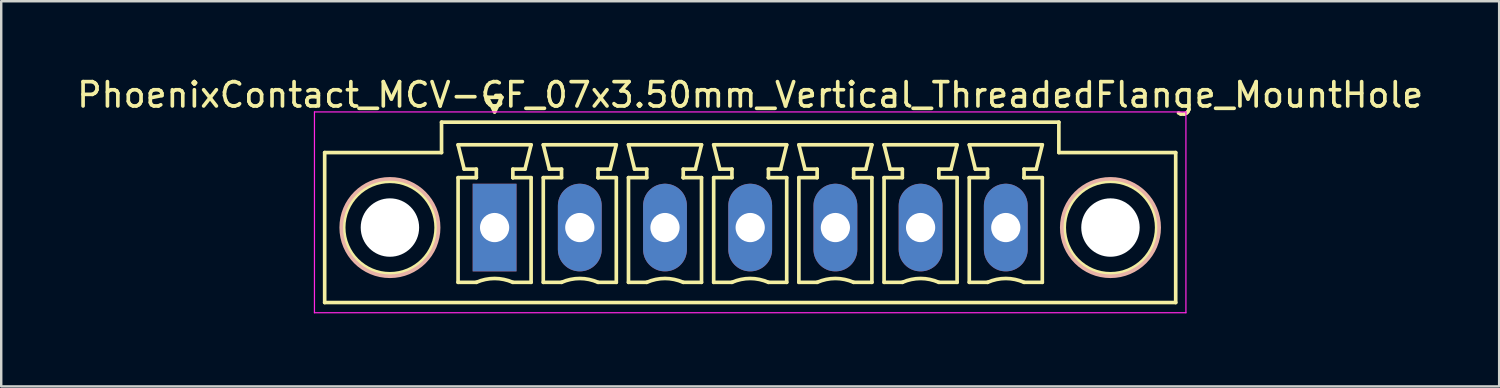
<source format=kicad_pcb>
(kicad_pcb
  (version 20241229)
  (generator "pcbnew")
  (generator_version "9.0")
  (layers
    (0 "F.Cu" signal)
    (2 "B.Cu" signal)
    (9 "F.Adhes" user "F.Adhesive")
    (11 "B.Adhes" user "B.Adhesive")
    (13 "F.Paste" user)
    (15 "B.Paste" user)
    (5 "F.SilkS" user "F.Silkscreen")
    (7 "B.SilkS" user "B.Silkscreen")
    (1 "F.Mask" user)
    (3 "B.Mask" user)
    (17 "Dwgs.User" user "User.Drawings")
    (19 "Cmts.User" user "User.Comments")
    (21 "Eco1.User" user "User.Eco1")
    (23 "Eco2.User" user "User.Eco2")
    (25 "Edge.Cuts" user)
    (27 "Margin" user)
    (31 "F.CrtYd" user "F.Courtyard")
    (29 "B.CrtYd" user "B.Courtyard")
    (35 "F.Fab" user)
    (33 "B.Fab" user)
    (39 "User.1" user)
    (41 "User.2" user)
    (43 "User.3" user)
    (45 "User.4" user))
  (footprint "PhoenixContact_MCV-GF_07x3.50mm_Vertical_ThreadedFlange_MountHole"
    (layer "F.Cu")
    (at 17.268 6.298)
    (property "Reference" "PhoenixContact_MCV-GF_07x3.50mm_Vertical_ThreadedFlange_MountHole" (at 10.5 -5.45 0) (layer "F.SilkS") (effects (font (size 1 1) (thickness 0.15))))
    (attr through_hole)
    (fp_line (start -6.98 -3.08) (end -6.98 3.08) (stroke (width 0.15) (type solid)) (layer "F.SilkS"))
    (fp_line (start -6.98 3.08) (end 27.98 3.08) (stroke (width 0.15) (type solid)) (layer "F.SilkS"))
    (fp_line (start -2.18 -4.33) (end -2.18 -3.08) (stroke (width 0.15) (type solid)) (layer "F.SilkS"))
    (fp_line (start -2.18 -3.08) (end -6.98 -3.08) (stroke (width 0.15) (type solid)) (layer "F.SilkS"))
    (fp_line (start -1.5 -3.4) (end 1.5 -3.4) (stroke (width 0.15) (type solid)) (layer "F.SilkS"))
    (fp_line (start -1.5 -2.05) (end -0.75 -2.05) (stroke (width 0.15) (type solid)) (layer "F.SilkS"))
    (fp_line (start -1.5 2.25) (end -1.5 -2.05) (stroke (width 0.15) (type solid)) (layer "F.SilkS"))
    (fp_line (start -1.25 -2.4) (end -1.5 -3.4) (stroke (width 0.15) (type solid)) (layer "F.SilkS"))
    (fp_line (start -0.75 -2.4) (end -1.25 -2.4) (stroke (width 0.15) (type solid)) (layer "F.SilkS"))
    (fp_line (start -0.75 -2.05) (end -0.75 -2.4) (stroke (width 0.15) (type solid)) (layer "F.SilkS"))
    (fp_line (start -0.75 2.25) (end -1.5 2.25) (stroke (width 0.15) (type solid)) (layer "F.SilkS"))
    (fp_line (start -0.3 -5.35) (end 0 -4.75) (stroke (width 0.15) (type solid)) (layer "F.SilkS"))
    (fp_line (start 0 -4.75) (end 0.3 -5.35) (stroke (width 0.15) (type solid)) (layer "F.SilkS"))
    (fp_line (start 0.3 -5.35) (end -0.3 -5.35) (stroke (width 0.15) (type solid)) (layer "F.SilkS"))
    (fp_line (start 0.75 -2.4) (end 0.75 -2.05) (stroke (width 0.15) (type solid)) (layer "F.SilkS"))
    (fp_line (start 0.75 -2.05) (end 0.75 -2.05) (stroke (width 0.15) (type solid)) (layer "F.SilkS"))
    (fp_line (start 0.75 -2.05) (end 1.5 -2.05) (stroke (width 0.15) (type solid)) (layer "F.SilkS"))
    (fp_line (start 1.25 -2.4) (end 0.75 -2.4) (stroke (width 0.15) (type solid)) (layer "F.SilkS"))
    (fp_line (start 1.5 -3.4) (end 1.25 -2.4) (stroke (width 0.15) (type solid)) (layer "F.SilkS"))
    (fp_line (start 1.5 -2.05) (end 1.5 2.25) (stroke (width 0.15) (type solid)) (layer "F.SilkS"))
    (fp_line (start 1.5 2.25) (end 0.75 2.25) (stroke (width 0.15) (type solid)) (layer "F.SilkS"))
    (fp_line (start 2 -3.4) (end 5 -3.4) (stroke (width 0.15) (type solid)) (layer "F.SilkS"))
    (fp_line (start 2 -2.05) (end 2.75 -2.05) (stroke (width 0.15) (type solid)) (layer "F.SilkS"))
    (fp_line (start 2 2.25) (end 2 -2.05) (stroke (width 0.15) (type solid)) (layer "F.SilkS"))
    (fp_line (start 2.25 -2.4) (end 2 -3.4) (stroke (width 0.15) (type solid)) (layer "F.SilkS"))
    (fp_line (start 2.75 -2.4) (end 2.25 -2.4) (stroke (width 0.15) (type solid)) (layer "F.SilkS"))
    (fp_line (start 2.75 -2.05) (end 2.75 -2.4) (stroke (width 0.15) (type solid)) (layer "F.SilkS"))
    (fp_line (start 2.75 2.25) (end 2 2.25) (stroke (width 0.15) (type solid)) (layer "F.SilkS"))
    (fp_line (start 4.25 -2.4) (end 4.25 -2.05) (stroke (width 0.15) (type solid)) (layer "F.SilkS"))
    (fp_line (start 4.25 -2.05) (end 4.25 -2.05) (stroke (width 0.15) (type solid)) (layer "F.SilkS"))
    (fp_line (start 4.25 -2.05) (end 5 -2.05) (stroke (width 0.15) (type solid)) (layer "F.SilkS"))
    (fp_line (start 4.75 -2.4) (end 4.25 -2.4) (stroke (width 0.15) (type solid)) (layer "F.SilkS"))
    (fp_line (start 5 -3.4) (end 4.75 -2.4) (stroke (width 0.15) (type solid)) (layer "F.SilkS"))
    (fp_line (start 5 -2.05) (end 5 2.25) (stroke (width 0.15) (type solid)) (layer "F.SilkS"))
    (fp_line (start 5 2.25) (end 4.25 2.25) (stroke (width 0.15) (type solid)) (layer "F.SilkS"))
    (fp_line (start 5.5 -3.4) (end 8.5 -3.4) (stroke (width 0.15) (type solid)) (layer "F.SilkS"))
    (fp_line (start 5.5 -2.05) (end 6.25 -2.05) (stroke (width 0.15) (type solid)) (layer "F.SilkS"))
    (fp_line (start 5.5 2.25) (end 5.5 -2.05) (stroke (width 0.15) (type solid)) (layer "F.SilkS"))
    (fp_line (start 5.75 -2.4) (end 5.5 -3.4) (stroke (width 0.15) (type solid)) (layer "F.SilkS"))
    (fp_line (start 6.25 -2.4) (end 5.75 -2.4) (stroke (width 0.15) (type solid)) (layer "F.SilkS"))
    (fp_line (start 6.25 -2.05) (end 6.25 -2.4) (stroke (width 0.15) (type solid)) (layer "F.SilkS"))
    (fp_line (start 6.25 2.25) (end 5.5 2.25) (stroke (width 0.15) (type solid)) (layer "F.SilkS"))
    (fp_line (start 7.75 -2.4) (end 7.75 -2.05) (stroke (width 0.15) (type solid)) (layer "F.SilkS"))
    (fp_line (start 7.75 -2.05) (end 7.75 -2.05) (stroke (width 0.15) (type solid)) (layer "F.SilkS"))
    (fp_line (start 7.75 -2.05) (end 8.5 -2.05) (stroke (width 0.15) (type solid)) (layer "F.SilkS"))
    (fp_line (start 8.25 -2.4) (end 7.75 -2.4) (stroke (width 0.15) (type solid)) (layer "F.SilkS"))
    (fp_line (start 8.5 -3.4) (end 8.25 -2.4) (stroke (width 0.15) (type solid)) (layer "F.SilkS"))
    (fp_line (start 8.5 -2.05) (end 8.5 2.25) (stroke (width 0.15) (type solid)) (layer "F.SilkS"))
    (fp_line (start 8.5 2.25) (end 7.75 2.25) (stroke (width 0.15) (type solid)) (layer "F.SilkS"))
    (fp_line (start 9 -3.4) (end 12 -3.4) (stroke (width 0.15) (type solid)) (layer "F.SilkS"))
    (fp_line (start 9 -2.05) (end 9.75 -2.05) (stroke (width 0.15) (type solid)) (layer "F.SilkS"))
    (fp_line (start 9 2.25) (end 9 -2.05) (stroke (width 0.15) (type solid)) (layer "F.SilkS"))
    (fp_line (start 9.25 -2.4) (end 9 -3.4) (stroke (width 0.15) (type solid)) (layer "F.SilkS"))
    (fp_line (start 9.75 -2.4) (end 9.25 -2.4) (stroke (width 0.15) (type solid)) (layer "F.SilkS"))
    (fp_line (start 9.75 -2.05) (end 9.75 -2.4) (stroke (width 0.15) (type solid)) (layer "F.SilkS"))
    (fp_line (start 9.75 2.25) (end 9 2.25) (stroke (width 0.15) (type solid)) (layer "F.SilkS"))
    (fp_line (start 11.25 -2.4) (end 11.25 -2.05) (stroke (width 0.15) (type solid)) (layer "F.SilkS"))
    (fp_line (start 11.25 -2.05) (end 11.25 -2.05) (stroke (width 0.15) (type solid)) (layer "F.SilkS"))
    (fp_line (start 11.25 -2.05) (end 12 -2.05) (stroke (width 0.15) (type solid)) (layer "F.SilkS"))
    (fp_line (start 11.75 -2.4) (end 11.25 -2.4) (stroke (width 0.15) (type solid)) (layer "F.SilkS"))
    (fp_line (start 12 -3.4) (end 11.75 -2.4) (stroke (width 0.15) (type solid)) (layer "F.SilkS"))
    (fp_line (start 12 -2.05) (end 12 2.25) (stroke (width 0.15) (type solid)) (layer "F.SilkS"))
    (fp_line (start 12 2.25) (end 11.25 2.25) (stroke (width 0.15) (type solid)) (layer "F.SilkS"))
    (fp_line (start 12.5 -3.4) (end 15.5 -3.4) (stroke (width 0.15) (type solid)) (layer "F.SilkS"))
    (fp_line (start 12.5 -2.05) (end 13.25 -2.05) (stroke (width 0.15) (type solid)) (layer "F.SilkS"))
    (fp_line (start 12.5 2.25) (end 12.5 -2.05) (stroke (width 0.15) (type solid)) (layer "F.SilkS"))
    (fp_line (start 12.75 -2.4) (end 12.5 -3.4) (stroke (width 0.15) (type solid)) (layer "F.SilkS"))
    (fp_line (start 13.25 -2.4) (end 12.75 -2.4) (stroke (width 0.15) (type solid)) (layer "F.SilkS"))
    (fp_line (start 13.25 -2.05) (end 13.25 -2.4) (stroke (width 0.15) (type solid)) (layer "F.SilkS"))
    (fp_line (start 13.25 2.25) (end 12.5 2.25) (stroke (width 0.15) (type solid)) (layer "F.SilkS"))
    (fp_line (start 14.75 -2.4) (end 14.75 -2.05) (stroke (width 0.15) (type solid)) (layer "F.SilkS"))
    (fp_line (start 14.75 -2.05) (end 14.75 -2.05) (stroke (width 0.15) (type solid)) (layer "F.SilkS"))
    (fp_line (start 14.75 -2.05) (end 15.5 -2.05) (stroke (width 0.15) (type solid)) (layer "F.SilkS"))
    (fp_line (start 15.25 -2.4) (end 14.75 -2.4) (stroke (width 0.15) (type solid)) (layer "F.SilkS"))
    (fp_line (start 15.5 -3.4) (end 15.25 -2.4) (stroke (width 0.15) (type solid)) (layer "F.SilkS"))
    (fp_line (start 15.5 -2.05) (end 15.5 2.25) (stroke (width 0.15) (type solid)) (layer "F.SilkS"))
    (fp_line (start 15.5 2.25) (end 14.75 2.25) (stroke (width 0.15) (type solid)) (layer "F.SilkS"))
    (fp_line (start 16 -3.4) (end 19 -3.4) (stroke (width 0.15) (type solid)) (layer "F.SilkS"))
    (fp_line (start 16 -2.05) (end 16.75 -2.05) (stroke (width 0.15) (type solid)) (layer "F.SilkS"))
    (fp_line (start 16 2.25) (end 16 -2.05) (stroke (width 0.15) (type solid)) (layer "F.SilkS"))
    (fp_line (start 16.25 -2.4) (end 16 -3.4) (stroke (width 0.15) (type solid)) (layer "F.SilkS"))
    (fp_line (start 16.75 -2.4) (end 16.25 -2.4) (stroke (width 0.15) (type solid)) (layer "F.SilkS"))
    (fp_line (start 16.75 -2.05) (end 16.75 -2.4) (stroke (width 0.15) (type solid)) (layer "F.SilkS"))
    (fp_line (start 16.75 2.25) (end 16 2.25) (stroke (width 0.15) (type solid)) (layer "F.SilkS"))
    (fp_line (start 18.25 -2.4) (end 18.25 -2.05) (stroke (width 0.15) (type solid)) (layer "F.SilkS"))
    (fp_line (start 18.25 -2.05) (end 18.25 -2.05) (stroke (width 0.15) (type solid)) (layer "F.SilkS"))
    (fp_line (start 18.25 -2.05) (end 19 -2.05) (stroke (width 0.15) (type solid)) (layer "F.SilkS"))
    (fp_line (start 18.75 -2.4) (end 18.25 -2.4) (stroke (width 0.15) (type solid)) (layer "F.SilkS"))
    (fp_line (start 19 -3.4) (end 18.75 -2.4) (stroke (width 0.15) (type solid)) (layer "F.SilkS"))
    (fp_line (start 19 -2.05) (end 19 2.25) (stroke (width 0.15) (type solid)) (layer "F.SilkS"))
    (fp_line (start 19 2.25) (end 18.25 2.25) (stroke (width 0.15) (type solid)) (layer "F.SilkS"))
    (fp_line (start 19.5 -3.4) (end 22.5 -3.4) (stroke (width 0.15) (type solid)) (layer "F.SilkS"))
    (fp_line (start 19.5 -2.05) (end 20.25 -2.05) (stroke (width 0.15) (type solid)) (layer "F.SilkS"))
    (fp_line (start 19.5 2.25) (end 19.5 -2.05) (stroke (width 0.15) (type solid)) (layer "F.SilkS"))
    (fp_line (start 19.75 -2.4) (end 19.5 -3.4) (stroke (width 0.15) (type solid)) (layer "F.SilkS"))
    (fp_line (start 20.25 -2.4) (end 19.75 -2.4) (stroke (width 0.15) (type solid)) (layer "F.SilkS"))
    (fp_line (start 20.25 -2.05) (end 20.25 -2.4) (stroke (width 0.15) (type solid)) (layer "F.SilkS"))
    (fp_line (start 20.25 2.25) (end 19.5 2.25) (stroke (width 0.15) (type solid)) (layer "F.SilkS"))
    (fp_line (start 21.75 -2.4) (end 21.75 -2.05) (stroke (width 0.15) (type solid)) (layer "F.SilkS"))
    (fp_line (start 21.75 -2.05) (end 21.75 -2.05) (stroke (width 0.15) (type solid)) (layer "F.SilkS"))
    (fp_line (start 21.75 -2.05) (end 22.5 -2.05) (stroke (width 0.15) (type solid)) (layer "F.SilkS"))
    (fp_line (start 22.25 -2.4) (end 21.75 -2.4) (stroke (width 0.15) (type solid)) (layer "F.SilkS"))
    (fp_line (start 22.5 -3.4) (end 22.25 -2.4) (stroke (width 0.15) (type solid)) (layer "F.SilkS"))
    (fp_line (start 22.5 -2.05) (end 22.5 2.25) (stroke (width 0.15) (type solid)) (layer "F.SilkS"))
    (fp_line (start 22.5 2.25) (end 21.75 2.25) (stroke (width 0.15) (type solid)) (layer "F.SilkS"))
    (fp_line (start 23.18 -4.33) (end -2.18 -4.33) (stroke (width 0.15) (type solid)) (layer "F.SilkS"))
    (fp_line (start 23.18 -3.08) (end 23.18 -4.33) (stroke (width 0.15) (type solid)) (layer "F.SilkS"))
    (fp_line (start 27.98 -3.08) (end 23.18 -3.08) (stroke (width 0.15) (type solid)) (layer "F.SilkS"))
    (fp_line (start 27.98 3.08) (end 27.98 -3.08) (stroke (width 0.15) (type solid)) (layer "F.SilkS"))
    (fp_arc (start -0.75 2.25) (mid -0.000193 2.09191) (end 0.749647 2.249844) (stroke (width 0.15) (type solid)) (layer "F.SilkS"))
    (fp_arc (start 2.75 2.25) (mid 3.499807 2.09191) (end 4.249647 2.249844) (stroke (width 0.15) (type solid)) (layer "F.SilkS"))
    (fp_arc (start 6.25 2.25) (mid 6.999807 2.09191) (end 7.749647 2.249844) (stroke (width 0.15) (type solid)) (layer "F.SilkS"))
    (fp_arc (start 9.75 2.25) (mid 10.499807 2.09191) (end 11.249647 2.249844) (stroke (width 0.15) (type solid)) (layer "F.SilkS"))
    (fp_arc (start 13.25 2.25) (mid 13.999807 2.09191) (end 14.749647 2.249844) (stroke (width 0.15) (type solid)) (layer "F.SilkS"))
    (fp_arc (start 16.75 2.25) (mid 17.499807 2.09191) (end 18.249647 2.249844) (stroke (width 0.15) (type solid)) (layer "F.SilkS"))
    (fp_arc (start 20.25 2.25) (mid 20.999807 2.09191) (end 21.749647 2.249844) (stroke (width 0.15) (type solid)) (layer "F.SilkS"))
    (fp_circle (center -4.3 0) (end -2.4 0) (stroke (width 0.15) (type solid)) (fill no) (layer "F.SilkS"))
    (fp_circle (center 25.3 0) (end 27.2 0) (stroke (width 0.15) (type solid)) (fill no) (layer "F.SilkS"))
    (fp_circle (center -4.3 0) (end -2.3 0) (stroke (width 0.15) (type solid)) (fill no) (layer "B.SilkS"))
    (fp_circle (center 25.3 0) (end 27.3 0) (stroke (width 0.15) (type solid)) (fill no) (layer "B.SilkS"))
    (fp_line (start -7.4 -4.75) (end -7.4 3.5) (stroke (width 0.05) (type solid)) (layer "F.CrtYd"))
    (fp_line (start -7.4 3.5) (end 28.4 3.5) (stroke (width 0.05) (type solid)) (layer "F.CrtYd"))
    (fp_line (start 28.4 -4.75) (end -7.4 -4.75) (stroke (width 0.05) (type solid)) (layer "F.CrtYd"))
    (fp_line (start 28.4 3.5) (end 28.4 -4.75) (stroke (width 0.05) (type solid)) (layer "F.CrtYd"))
    (pad "" np_thru_hole circle (at -4.3 0) (size 2.4 2.4) (drill 2.4) (layers "*.Cu" "*.Mask"))
    (pad "" np_thru_hole circle (at 25.3 0) (size 2.4 2.4) (drill 2.4) (layers "*.Cu" "*.Mask"))
    (pad "1" thru_hole rect (at 0 0) (size 1.8 3.6) (drill 1.2) (layers "*.Cu" "*.Mask"))
    (pad "2" thru_hole oval (at 3.5 0) (size 1.8 3.6) (drill 1.2) (layers "*.Cu" "*.Mask"))
    (pad "3" thru_hole oval (at 7 0) (size 1.8 3.6) (drill 1.2) (layers "*.Cu" "*.Mask"))
    (pad "4" thru_hole oval (at 10.5 0) (size 1.8 3.6) (drill 1.2) (layers "*.Cu" "*.Mask"))
    (pad "5" thru_hole oval (at 14 0) (size 1.8 3.6) (drill 1.2) (layers "*.Cu" "*.Mask"))
    (pad "6" thru_hole oval (at 17.5 0) (size 1.8 3.6) (drill 1.2) (layers "*.Cu" "*.Mask"))
    (pad "7" thru_hole oval (at 21 0) (size 1.8 3.6) (drill 1.2) (layers "*.Cu" "*.Mask")))
  (gr_rect
    (start -3 -3)
    (end 58.536 12.823)
    (stroke (width 0.1) (type default))
    (fill no)
    (layer "Edge.Cuts")))
</source>
